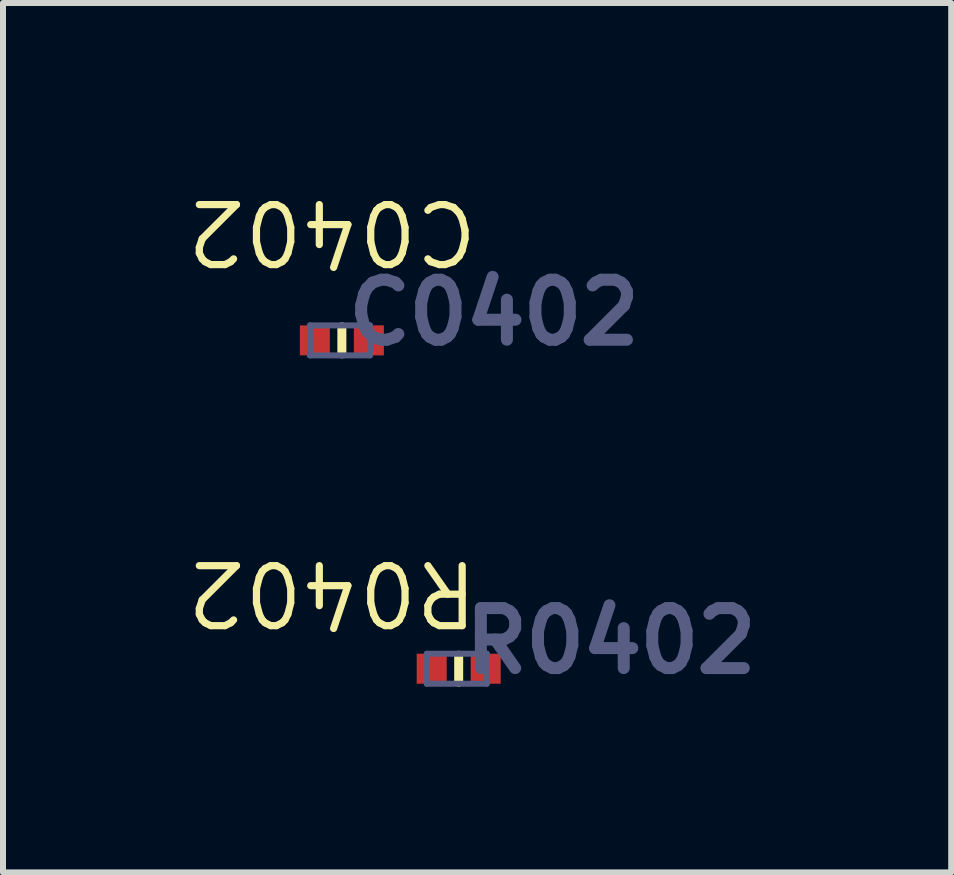
<source format=kicad_pcb>
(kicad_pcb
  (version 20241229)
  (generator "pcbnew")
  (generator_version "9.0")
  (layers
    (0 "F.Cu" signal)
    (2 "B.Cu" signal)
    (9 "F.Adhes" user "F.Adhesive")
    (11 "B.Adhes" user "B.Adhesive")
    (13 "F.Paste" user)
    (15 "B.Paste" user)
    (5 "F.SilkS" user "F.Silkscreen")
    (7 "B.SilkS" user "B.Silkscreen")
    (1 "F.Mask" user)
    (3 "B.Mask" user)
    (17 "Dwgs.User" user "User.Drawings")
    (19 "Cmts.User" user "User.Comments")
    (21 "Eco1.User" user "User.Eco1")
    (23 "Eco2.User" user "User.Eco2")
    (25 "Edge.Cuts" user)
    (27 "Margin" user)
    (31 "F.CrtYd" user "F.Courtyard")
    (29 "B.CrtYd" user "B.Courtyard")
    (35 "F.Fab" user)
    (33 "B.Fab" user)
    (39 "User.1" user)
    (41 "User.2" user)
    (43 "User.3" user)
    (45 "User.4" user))
  (footprint "R0402"
    (layer "F.Cu")
    (at 4.595 8.096)
    (property "Reference" "R0402" (at 0.375 -1.847 180) (unlocked yes) (layer "F.SilkS") (effects (font (size 1 1) (thickness 0.12)) (justify left bottom)))
    (fp_line (start 0 0.225) (end 0 -0.225) (stroke (width 0.15) (type solid)) (layer "F.SilkS"))
    (fp_line (start -0.532 0.25) (end -0.532 -0.25) (stroke (width 0.1) (type solid)) (layer "B.Fab"))
    (fp_line (start 0.468 -0.25) (end -0.532 -0.25) (stroke (width 0.1) (type solid)) (layer "B.Fab"))
    (fp_line (start 0.468 0.25) (end -0.532 0.25) (stroke (width 0.1) (type solid)) (layer "B.Fab"))
    (fp_line (start 0.468 0.25) (end 0.468 -0.25) (stroke (width 0.1) (type solid)) (layer "B.Fab"))
    (fp_text user "${REFERENCE}" (at 0 0.122 0) (unlocked yes) (layer "B.Fab") (effects (font (size 1 1) (thickness 0.2)) (justify left bottom)))
    (pad "1" smd rect (at -0.45 0) (size 0.5 0.5) (layers "F.Cu" "F.Mask" "F.Paste"))
    (pad "2" smd rect (at 0.45 0) (size 0.5 0.5) (layers "F.Cu" "F.Mask" "F.Paste")))
  (footprint "C0402"
    (layer "F.Cu")
    (at 2.648 2.623)
    (property "Reference" "C0402" (at 2.322 -2.392 180) (unlocked yes) (layer "F.SilkS") (effects (font (size 1 1) (thickness 0.12)) (justify left bottom)))
    (fp_line (start 0 -0.225) (end 0 0.225) (stroke (width 0.15) (type solid)) (layer "F.SilkS"))
    (fp_line (start -0.532 -0.25) (end -0.532 0.25) (stroke (width 0.1) (type solid)) (layer "B.Fab"))
    (fp_line (start 0.468 -0.25) (end -0.532 -0.25) (stroke (width 0.1) (type solid)) (layer "B.Fab"))
    (fp_line (start 0.468 -0.25) (end 0.468 0.25) (stroke (width 0.1) (type solid)) (layer "B.Fab"))
    (fp_line (start 0.468 0.25) (end -0.532 0.25) (stroke (width 0.1) (type solid)) (layer "B.Fab"))
    (fp_text user "${REFERENCE}" (at 0 0.122 0) (unlocked yes) (layer "B.Fab") (effects (font (size 1 1) (thickness 0.2)) (justify left bottom)))
    (pad "1" smd rect (at -0.45 0) (size 0.5 0.5) (layers "F.Cu" "F.Mask" "F.Paste"))
    (pad "2" smd rect (at 0.45 0) (size 0.5 0.5) (layers "F.Cu" "F.Mask" "F.Paste")))
  (gr_rect
    (start -3 -3)
    (end 12.804 11.49)
    (stroke (width 0.1) (type default))
    (fill no)
    (layer "Edge.Cuts")))
</source>
